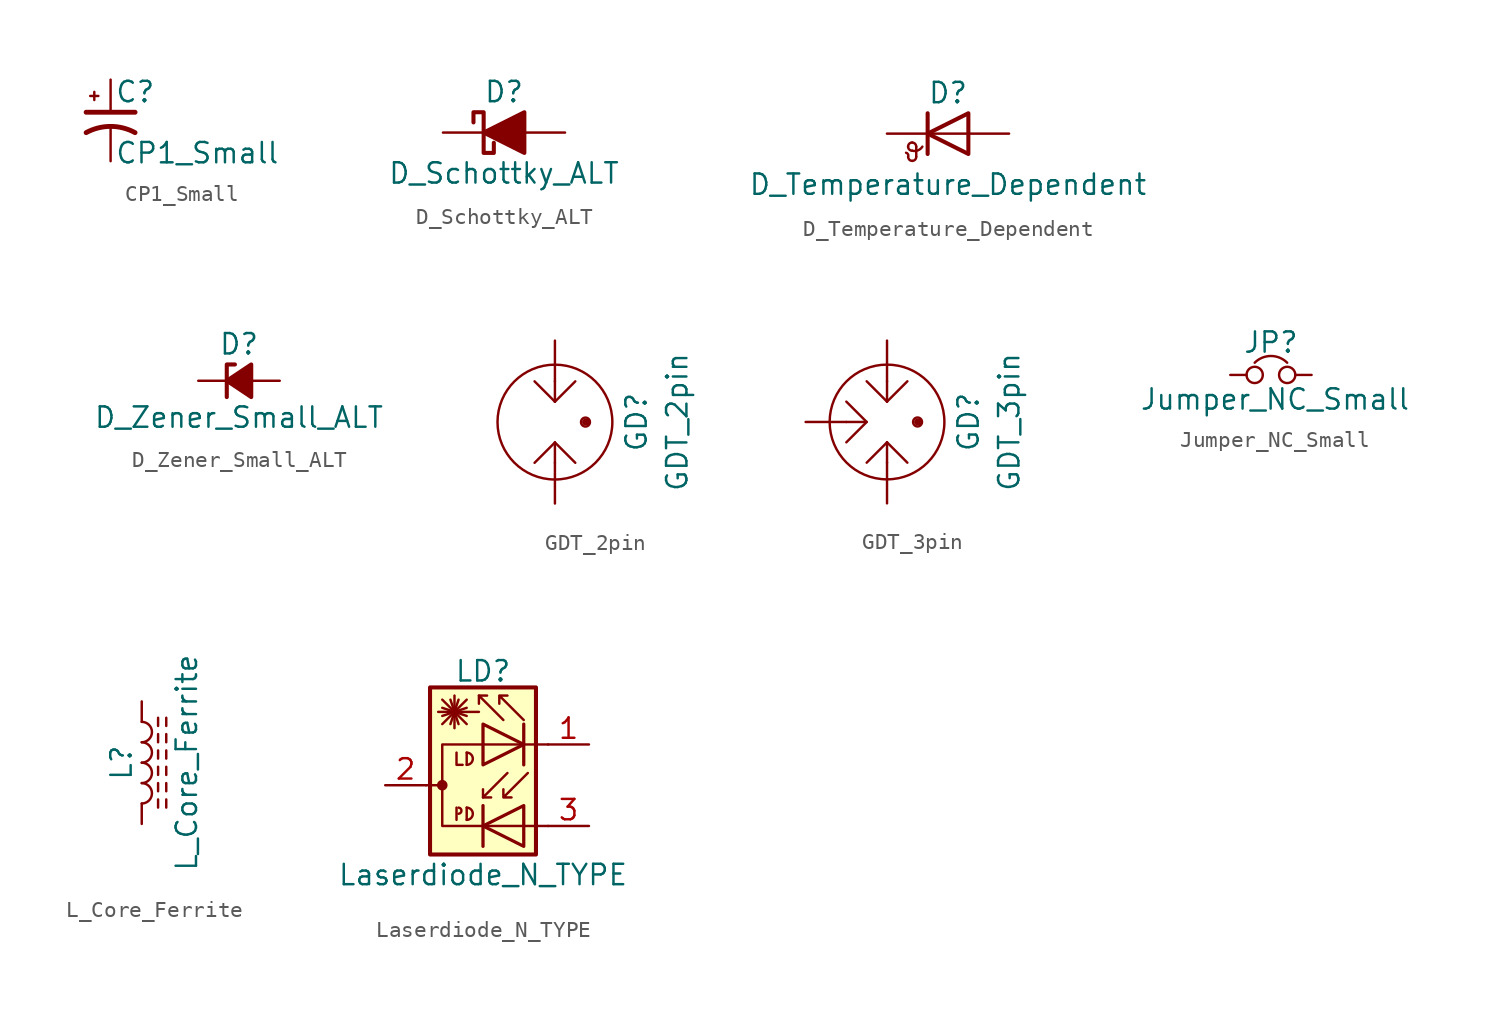
<source format=kicad_sym>
(kicad_symbol_lib
  (version 20211014)
  (generator kicad_symbol_editor)
  (symbol "CP1_Small"
    (pin_numbers hide)
    (pin_names
      (offset 0.254) hide)
    (property "Reference" "C"
      (at 0.254 1.778 0)
      (effects (font (size 1.27 1.27)) (justify left)))
    (property "Value" "CP1_Small"
      (at 0.254 -2.032 0)
      (effects (font (size 1.27 1.27)) (justify left)))
    (symbol "CP1_Small_0_1"
      (polyline (pts (xy -1.524 0.508) (xy 1.524 0.508)) (stroke (width 0.305) (type default) (color 0 0 0 0)) (fill (type none)))
      (polyline (pts (xy -1.27 1.524) (xy -0.762 1.524)) (stroke (width 0) (type default) (color 0 0 0 0)) (fill (type none)))
      (polyline (pts (xy -1.016 1.27) (xy -1.016 1.778)) (stroke (width 0) (type default) (color 0 0 0 0)) (fill (type none)))
      (arc (start 1.524 -0.762) (mid 0 -0.3734) (end -1.524 -0.762) (stroke (width 0.3048) (type default) (color 0 0 0 0)) (fill (type none))))
    (symbol "CP1_Small_1_1"
      (pin passive line (at 0 2.54 270) (length 2.032) (name "~" (effects (font (size 1.27 1.27)))) (number "1" (effects (font (size 1.27 1.27)))))
      (pin passive line (at 0 -2.54 90) (length 2.032) (name "~" (effects (font (size 1.27 1.27)))) (number "2" (effects (font (size 1.27 1.27)))))))
  (symbol "D_Schottky_ALT"
    (pin_numbers hide)
    (pin_names
      (offset 1.016) hide)
    (property "Reference" "D"
      (at 0 2.54 0)
      (effects (font (size 1.27 1.27))))
    (property "Value" "D_Schottky_ALT"
      (at 0 -2.54 0)
      (effects (font (size 1.27 1.27))))
    (symbol "D_Schottky_ALT_0_1"
      (polyline (pts (xy 1.27 0) (xy -1.27 0)) (stroke (width 0) (type default) (color 0 0 0 0)) (fill (type none)))
      (polyline (pts (xy 1.27 1.27) (xy 1.27 -1.27) (xy -1.27 0) (xy 1.27 1.27)) (stroke (width 0.254) (type default) (color 0 0 0 0)) (fill (type outline)))
      (polyline (pts (xy -1.905 0.635) (xy -1.905 1.27) (xy -1.27 1.27) (xy -1.27 -1.27) (xy -0.635 -1.27) (xy -0.635 -0.635)) (stroke (width 0.254) (type default) (color 0 0 0 0)) (fill (type none))))
    (symbol "D_Schottky_ALT_1_1"
      (pin passive line (at -3.81 0 0) (length 2.54) (name "K" (effects (font (size 1.27 1.27)))) (number "1" (effects (font (size 1.27 1.27)))))
      (pin passive line (at 3.81 0 180) (length 2.54) (name "A" (effects (font (size 1.27 1.27)))) (number "2" (effects (font (size 1.27 1.27)))))))
  (symbol "D_Temperature_Dependent"
    (pin_numbers hide)
    (pin_names
      (offset 1.016) hide)
    (property "Reference" "D"
      (at 0 2.54 0)
      (effects (font (size 1.27 1.27))))
    (property "Value" "D_Temperature_Dependent"
      (at 0 -3.175 0)
      (effects (font (size 1.27 1.27))))
    (symbol "D_Temperature_Dependent_0_1"
      (arc (start -2.4892 -1.4478) (mid -2.4907 -1.2925) (end -2.6162 -1.1938) (stroke (width 0) (type default) (color 0 0 0 0)) (fill (type none)))
      (arc (start -2.4892 -1.4478) (mid -2.4148 -1.6274) (end -2.2352 -1.7018) (stroke (width 0) (type default) (color 0 0 0 0)) (fill (type none)))
      (arc (start -2.4892 -0.8128) (mid -2.4148 -0.9924) (end -2.2352 -1.0668) (stroke (width 0) (type default) (color 0 0 0 0)) (fill (type none)))
      (arc (start -2.2352 -1.7018) (mid -2.0556 -1.6274) (end -1.9812 -1.4478) (stroke (width 0) (type default) (color 0 0 0 0)) (fill (type none)))
      (arc (start -2.2352 -1.0668) (mid -1.8805 -1.0481) (end -1.6002 -0.8128) (stroke (width 0) (type default) (color 0 0 0 0)) (fill (type none)))
      (arc (start -2.2352 -0.5588) (mid -2.4148 -0.6332) (end -2.4892 -0.8128) (stroke (width 0) (type default) (color 0 0 0 0)) (fill (type none)))
      (arc (start -1.9812 -0.8128) (mid -2.0556 -0.6332) (end -2.2352 -0.5588) (stroke (width 0) (type default) (color 0 0 0 0)) (fill (type none)))
      (polyline (pts (xy -1.981 -1.422) (xy -1.981 -0.813)) (stroke (width 0) (type default) (color 0 0 0 0)) (fill (type none)))
      (polyline (pts (xy -1.27 1.27) (xy -1.27 -1.27)) (stroke (width 0.254) (type default) (color 0 0 0 0)) (fill (type none)))
      (polyline (pts (xy 1.27 0) (xy -1.27 0)) (stroke (width 0) (type default) (color 0 0 0 0)) (fill (type none)))
      (polyline (pts (xy 1.27 -1.27) (xy 1.27 1.27) (xy -1.27 0) (xy 1.27 -1.27)) (stroke (width 0.254) (type default) (color 0 0 0 0)) (fill (type none))))
    (symbol "D_Temperature_Dependent_1_1"
      (pin passive line (at -3.81 0 0) (length 2.54) (name "K" (effects (font (size 1.27 1.27)))) (number "1" (effects (font (size 1.27 1.27)))))
      (pin passive line (at 3.81 0 180) (length 2.54) (name "A" (effects (font (size 1.27 1.27)))) (number "2" (effects (font (size 1.27 1.27)))))))
  (symbol "D_Zener_Small_ALT"
    (pin_numbers hide)
    (pin_names
      (offset 0.254) hide)
    (property "Reference" "D"
      (at 0 2.286 0)
      (effects (font (size 1.27 1.27))))
    (property "Value" "D_Zener_Small_ALT"
      (at 0 -2.286 0)
      (effects (font (size 1.27 1.27))))
    (symbol "D_Zener_Small_ALT_0_1"
      (polyline (pts (xy 0.762 0) (xy -0.762 0)) (stroke (width 0) (type default) (color 0 0 0 0)) (fill (type none)))
      (polyline (pts (xy -0.254 1.016) (xy -0.762 1.016) (xy -0.762 -1.016)) (stroke (width 0.254) (type default) (color 0 0 0 0)) (fill (type none)))
      (polyline (pts (xy 0.762 1.016) (xy -0.762 0) (xy 0.762 -1.016) (xy 0.762 1.016)) (stroke (width 0.254) (type default) (color 0 0 0 0)) (fill (type outline))))
    (symbol "D_Zener_Small_ALT_1_1"
      (pin passive line (at -2.54 0 0) (length 1.778) (name "K" (effects (font (size 1.27 1.27)))) (number "1" (effects (font (size 1.27 1.27)))))
      (pin passive line (at 2.54 0 180) (length 1.778) (name "A" (effects (font (size 1.27 1.27)))) (number "2" (effects (font (size 1.27 1.27)))))))
  (symbol "GDT_2pin"
    (pin_numbers hide)
    (property "Reference" "GD"
      (at 5.08 0 90)
      (effects (font (size 1.27 1.27))))
    (property "Value" "GDT_2pin"
      (at 7.62 0 90)
      (effects (font (size 1.27 1.27))))
    (symbol "GDT_2pin_0_1"
      (polyline (pts (xy 0 -2.54) (xy 0 -1.27)) (stroke (width 0) (type default) (color 0 0 0 0)) (fill (type none)))
      (polyline (pts (xy 0 -1.27) (xy -1.27 -2.54)) (stroke (width 0) (type default) (color 0 0 0 0)) (fill (type none)))
      (polyline (pts (xy 0 -1.27) (xy 1.27 -2.54)) (stroke (width 0) (type default) (color 0 0 0 0)) (fill (type none)))
      (polyline (pts (xy 0 1.27) (xy -1.27 2.54)) (stroke (width 0) (type default) (color 0 0 0 0)) (fill (type none)))
      (polyline (pts (xy 0 1.27) (xy 1.27 2.54)) (stroke (width 0) (type default) (color 0 0 0 0)) (fill (type none)))
      (polyline (pts (xy 0 2.54) (xy 0 1.27)) (stroke (width 0) (type default) (color 0 0 0 0)) (fill (type none)))
      (circle (center 0 0) (radius 3.581) (stroke (width 0) (type default) (color 0 0 0 0)) (fill (type none)))
      (circle (center 1.905 0) (radius 0.127) (stroke (width 0) (type default) (color 0 0 0 0)) (fill (type none)))
      (circle (center 1.905 0) (radius 0.127) (stroke (width 0) (type default) (color 0 0 0 0)) (fill (type none)))
      (circle (center 1.905 0) (radius 0.279) (stroke (width 0) (type default) (color 0 0 0 0)) (fill (type none)))
      (circle (center 2.032 0) (radius 0.127) (stroke (width 0) (type default) (color 0 0 0 0)) (fill (type none))))
    (symbol "GDT_2pin_1_1"
      (pin passive line (at 0 -5.08 90) (length 2.54) (name "~" (effects (font (size 1.27 1.27)))) (number "1" (effects (font (size 1.27 1.27)))))
      (pin passive line (at 0 5.08 270) (length 2.54) (name "~" (effects (font (size 1.27 1.27)))) (number "3" (effects (font (size 1.27 1.27)))))))
  (symbol "GDT_3pin"
    (pin_numbers hide)
    (property "Reference" "GD"
      (at 5.08 0 90)
      (effects (font (size 1.27 1.27))))
    (property "Value" "GDT_3pin"
      (at 7.62 0 90)
      (effects (font (size 1.27 1.27))))
    (symbol "GDT_3pin_0_1"
      (polyline (pts (xy -2.54 0) (xy -1.27 0)) (stroke (width 0) (type default) (color 0 0 0 0)) (fill (type none)))
      (polyline (pts (xy 0 -2.54) (xy 0 -1.27)) (stroke (width 0) (type default) (color 0 0 0 0)) (fill (type none)))
      (polyline (pts (xy 0 -1.27) (xy -1.27 -2.54)) (stroke (width 0) (type default) (color 0 0 0 0)) (fill (type none)))
      (polyline (pts (xy 0 -1.27) (xy 1.27 -2.54)) (stroke (width 0) (type default) (color 0 0 0 0)) (fill (type none)))
      (polyline (pts (xy 0 1.27) (xy -1.27 2.54)) (stroke (width 0) (type default) (color 0 0 0 0)) (fill (type none)))
      (polyline (pts (xy 0 1.27) (xy 1.27 2.54)) (stroke (width 0) (type default) (color 0 0 0 0)) (fill (type none)))
      (polyline (pts (xy 0 2.54) (xy 0 1.27)) (stroke (width 0) (type default) (color 0 0 0 0)) (fill (type none)))
      (polyline (pts (xy -2.54 1.27) (xy -1.27 0) (xy -2.54 -1.27)) (stroke (width 0) (type default) (color 0 0 0 0)) (fill (type none)))
      (circle (center 0 0) (radius 3.581) (stroke (width 0) (type default) (color 0 0 0 0)) (fill (type none)))
      (circle (center 1.905 0) (radius 0.127) (stroke (width 0) (type default) (color 0 0 0 0)) (fill (type none)))
      (circle (center 1.905 0) (radius 0.127) (stroke (width 0) (type default) (color 0 0 0 0)) (fill (type none)))
      (circle (center 1.905 0) (radius 0.279) (stroke (width 0) (type default) (color 0 0 0 0)) (fill (type none)))
      (circle (center 2.032 0) (radius 0.127) (stroke (width 0) (type default) (color 0 0 0 0)) (fill (type none))))
    (symbol "GDT_3pin_1_1"
      (pin passive line (at 0 -5.08 90) (length 2.54) (name "~" (effects (font (size 1.27 1.27)))) (number "1" (effects (font (size 1.27 1.27)))))
      (pin passive line (at -5.08 0 0) (length 2.54) (name "~" (effects (font (size 1.27 1.27)))) (number "2" (effects (font (size 1.27 1.27)))))
      (pin passive line (at 0 5.08 270) (length 2.54) (name "~" (effects (font (size 1.27 1.27)))) (number "3" (effects (font (size 1.27 1.27)))))))
  (symbol "Jumper_NC_Small"
    (pin_numbers hide)
    (pin_names
      (offset 0.762) hide)
    (property "Reference" "JP"
      (at 0 2.032 0)
      (effects (font (size 1.27 1.27))))
    (property "Value" "Jumper_NC_Small"
      (at 0.254 -1.524 0)
      (effects (font (size 1.27 1.27))))
    (symbol "Jumper_NC_Small_0_1"
      (circle (center -1.016 0) (radius 0.508) (stroke (width 0) (type default) (color 0 0 0 0)) (fill (type none)))
      (circle (center 1.016 0) (radius 0.508) (stroke (width 0) (type default) (color 0 0 0 0)) (fill (type none)))
      (arc (start 1.016 0.762) (mid 0 1.1828) (end -1.016 0.762) (stroke (width 0) (type default) (color 0 0 0 0)) (fill (type none)))
      (pin passive line (at -2.54 0 0) (length 1.016) (name "1" (effects (font (size 1.27 1.27)))) (number "1" (effects (font (size 1.27 1.27)))))
      (pin passive line (at 2.54 0 180) (length 1.016) (name "2" (effects (font (size 1.27 1.27)))) (number "2" (effects (font (size 1.27 1.27)))))))
  (symbol "L_Core_Ferrite"
    (pin_numbers hide)
    (pin_names
      (offset 1.016) hide)
    (property "Reference" "L"
      (at -1.27 0 90)
      (effects (font (size 1.27 1.27))))
    (property "Value" "L_Core_Ferrite"
      (at 2.794 0 90)
      (effects (font (size 1.27 1.27))))
    (symbol "L_Core_Ferrite_0_1"
      (arc (start 0 -2.54) (mid 0.635 -1.905) (end 0 -1.27) (stroke (width 0) (type default) (color 0 0 0 0)) (fill (type none)))
      (arc (start 0 -1.27) (mid 0.635 -0.635) (end 0 0) (stroke (width 0) (type default) (color 0 0 0 0)) (fill (type none)))
      (polyline (pts (xy 1.016 -2.794) (xy 1.016 -2.286)) (stroke (width 0) (type default) (color 0 0 0 0)) (fill (type none)))
      (polyline (pts (xy 1.016 -1.778) (xy 1.016 -1.27)) (stroke (width 0) (type default) (color 0 0 0 0)) (fill (type none)))
      (polyline (pts (xy 1.016 -0.762) (xy 1.016 -0.254)) (stroke (width 0) (type default) (color 0 0 0 0)) (fill (type none)))
      (polyline (pts (xy 1.016 0.254) (xy 1.016 0.762)) (stroke (width 0) (type default) (color 0 0 0 0)) (fill (type none)))
      (polyline (pts (xy 1.016 1.27) (xy 1.016 1.778)) (stroke (width 0) (type default) (color 0 0 0 0)) (fill (type none)))
      (polyline (pts (xy 1.016 2.286) (xy 1.016 2.794)) (stroke (width 0) (type default) (color 0 0 0 0)) (fill (type none)))
      (polyline (pts (xy 1.524 -2.286) (xy 1.524 -2.794)) (stroke (width 0) (type default) (color 0 0 0 0)) (fill (type none)))
      (polyline (pts (xy 1.524 -1.27) (xy 1.524 -1.778)) (stroke (width 0) (type default) (color 0 0 0 0)) (fill (type none)))
      (polyline (pts (xy 1.524 -0.254) (xy 1.524 -0.762)) (stroke (width 0) (type default) (color 0 0 0 0)) (fill (type none)))
      (polyline (pts (xy 1.524 0.762) (xy 1.524 0.254)) (stroke (width 0) (type default) (color 0 0 0 0)) (fill (type none)))
      (polyline (pts (xy 1.524 1.778) (xy 1.524 1.27)) (stroke (width 0) (type default) (color 0 0 0 0)) (fill (type none)))
      (polyline (pts (xy 1.524 2.794) (xy 1.524 2.286)) (stroke (width 0) (type default) (color 0 0 0 0)) (fill (type none)))
      (arc (start 0 0) (mid 0.635 0.635) (end 0 1.27) (stroke (width 0) (type default) (color 0 0 0 0)) (fill (type none)))
      (arc (start 0 1.27) (mid 0.635 1.905) (end 0 2.54) (stroke (width 0) (type default) (color 0 0 0 0)) (fill (type none))))
    (symbol "L_Core_Ferrite_1_1"
      (pin passive line (at 0 3.81 270) (length 1.27) (name "1" (effects (font (size 1.27 1.27)))) (number "1" (effects (font (size 1.27 1.27)))))
      (pin passive line (at 0 -3.81 90) (length 1.27) (name "2" (effects (font (size 1.27 1.27)))) (number "2" (effects (font (size 1.27 1.27)))))))
  (symbol "Laserdiode_N_TYPE"
    (pin_names hide)
    (property "Reference" "LD"
      (at 1.016 7.112 0)
      (effects (font (size 1.27 1.27))))
    (property "Value" "Laserdiode_N_TYPE"
      (at 1.016 -5.588 0)
      (effects (font (size 1.27 1.27))))
    (symbol "Laserdiode_N_TYPE_0_1"
      (circle (center -1.524 0) (radius 0.254) (stroke (width 0) (type default) (color 0 0 0 0)) (fill (type outline)))
      (arc (start -0.508 -1.778) (mid -0.3302 -1.6002) (end -0.508 -1.397) (stroke (width 0) (type default) (color 0 0 0 0)) (fill (type none)))
      (arc (start 0 -2.159) (mid 0.381 -1.778) (end 0 -1.397) (stroke (width 0) (type default) (color 0 0 0 0)) (fill (type none)))
      (polyline (pts (xy -2.54 0) (xy -1.524 0)) (stroke (width 0) (type default) (color 0 0 0 0)) (fill (type none)))
      (polyline (pts (xy -1.524 3.81) (xy 0 5.334)) (stroke (width 0) (type default) (color 0 0 0 0)) (fill (type none)))
      (polyline (pts (xy -1.524 4.318) (xy 0 4.826)) (stroke (width 0) (type default) (color 0 0 0 0)) (fill (type none)))
      (polyline (pts (xy -1.524 4.826) (xy 0 4.318)) (stroke (width 0) (type default) (color 0 0 0 0)) (fill (type none)))
      (polyline (pts (xy -1.524 5.334) (xy 0 3.81)) (stroke (width 0) (type default) (color 0 0 0 0)) (fill (type none)))
      (polyline (pts (xy -1.016 5.334) (xy -0.508 3.81)) (stroke (width 0) (type default) (color 0 0 0 0)) (fill (type none)))
      (polyline (pts (xy -0.762 4.572) (xy -0.762 3.556)) (stroke (width 0) (type default) (color 0 0 0 0)) (fill (type none)))
      (polyline (pts (xy -0.762 4.572) (xy -0.762 5.588)) (stroke (width 0) (type default) (color 0 0 0 0)) (fill (type none)))
      (polyline (pts (xy -0.635 -1.397) (xy -0.635 -2.159)) (stroke (width 0) (type default) (color 0 0 0 0)) (fill (type none)))
      (polyline (pts (xy -0.508 5.334) (xy -1.016 3.81)) (stroke (width 0) (type default) (color 0 0 0 0)) (fill (type none)))
      (polyline (pts (xy 0 -1.397) (xy 0 -2.159)) (stroke (width 0) (type default) (color 0 0 0 0)) (fill (type none)))
      (polyline (pts (xy 0 2.032) (xy 0 1.27)) (stroke (width 0) (type default) (color 0 0 0 0)) (fill (type none)))
      (polyline (pts (xy 0.762 4.572) (xy -1.778 4.572)) (stroke (width 0) (type default) (color 0 0 0 0)) (fill (type none)))
      (polyline (pts (xy 0.762 5.588) (xy 1.27 5.588)) (stroke (width 0) (type default) (color 0 0 0 0)) (fill (type none)))
      (polyline (pts (xy 1.016 -1.27) (xy 1.016 -3.81)) (stroke (width 0.203) (type default) (color 0 0 0 0)) (fill (type none)))
      (polyline (pts (xy 1.016 -0.762) (xy 1.524 -0.762)) (stroke (width 0) (type default) (color 0 0 0 0)) (fill (type none)))
      (polyline (pts (xy 3.556 3.81) (xy 3.556 1.27)) (stroke (width 0.203) (type default) (color 0 0 0 0)) (fill (type none)))
      (polyline (pts (xy -0.635 2.032) (xy -0.635 1.27) (xy -0.254 1.27)) (stroke (width 0) (type default) (color 0 0 0 0)) (fill (type none)))
      (polyline (pts (xy 2.286 4.064) (xy 0.762 5.588) (xy 0.762 5.08)) (stroke (width 0) (type default) (color 0 0 0 0)) (fill (type none)))
      (polyline (pts (xy 2.54 0.762) (xy 1.016 -0.762) (xy 1.016 -0.254)) (stroke (width 0) (type default) (color 0 0 0 0)) (fill (type none)))
      (polyline (pts (xy 3.556 -1.27) (xy 3.556 -3.81) (xy 1.016 -2.54) (xy 3.556 -1.27)) (stroke (width 0.203) (type default) (color 0 0 0 0)) (fill (type none)))
      (polyline (pts (xy 5.08 2.54) (xy -1.524 2.54) (xy -1.524 -2.54) (xy 5.08 -2.54)) (stroke (width 0) (type default) (color 0 0 0 0)) (fill (type none)))
      (polyline (pts (xy 3.556 4.064) (xy 2.032 5.588) (xy 2.032 5.08) (xy 2.032 5.588) (xy 2.54 5.588)) (stroke (width 0) (type default) (color 0 0 0 0)) (fill (type none)))
      (polyline (pts (xy 3.81 0.762) (xy 2.286 -0.762) (xy 2.286 -0.254) (xy 2.286 -0.762) (xy 2.794 -0.762)) (stroke (width 0) (type default) (color 0 0 0 0)) (fill (type none)))
      (arc (start 0 1.27) (mid 0.381 1.651) (end 0 2.032) (stroke (width 0) (type default) (color 0 0 0 0)) (fill (type none)))
      (rectangle (start 4.318 6.096) (end -2.286 -4.318) (stroke (width 0.254) (type default) (color 0 0 0 0)) (fill (type background))))
    (symbol "Laserdiode_N_TYPE_1_1"
      (polyline (pts (xy 1.016 3.81) (xy 1.016 1.27) (xy 3.556 2.54) (xy 1.016 3.81)) (stroke (width 0.203) (type default) (color 0 0 0 0)) (fill (type none)))
      (pin passive line (at 7.62 2.54 180) (length 2.54) (name "~" (effects (font (size 1.27 1.27)))) (number "1" (effects (font (size 1.27 1.27)))))
      (pin passive line (at -5.08 0 0) (length 2.54) (name "~" (effects (font (size 1.27 1.27)))) (number "2" (effects (font (size 1.27 1.27)))))
      (pin passive line (at 7.62 -2.54 180) (length 2.54) (name "~" (effects (font (size 1.27 1.27)))) (number "3" (effects (font (size 1.27 1.27))))))))
</source>
